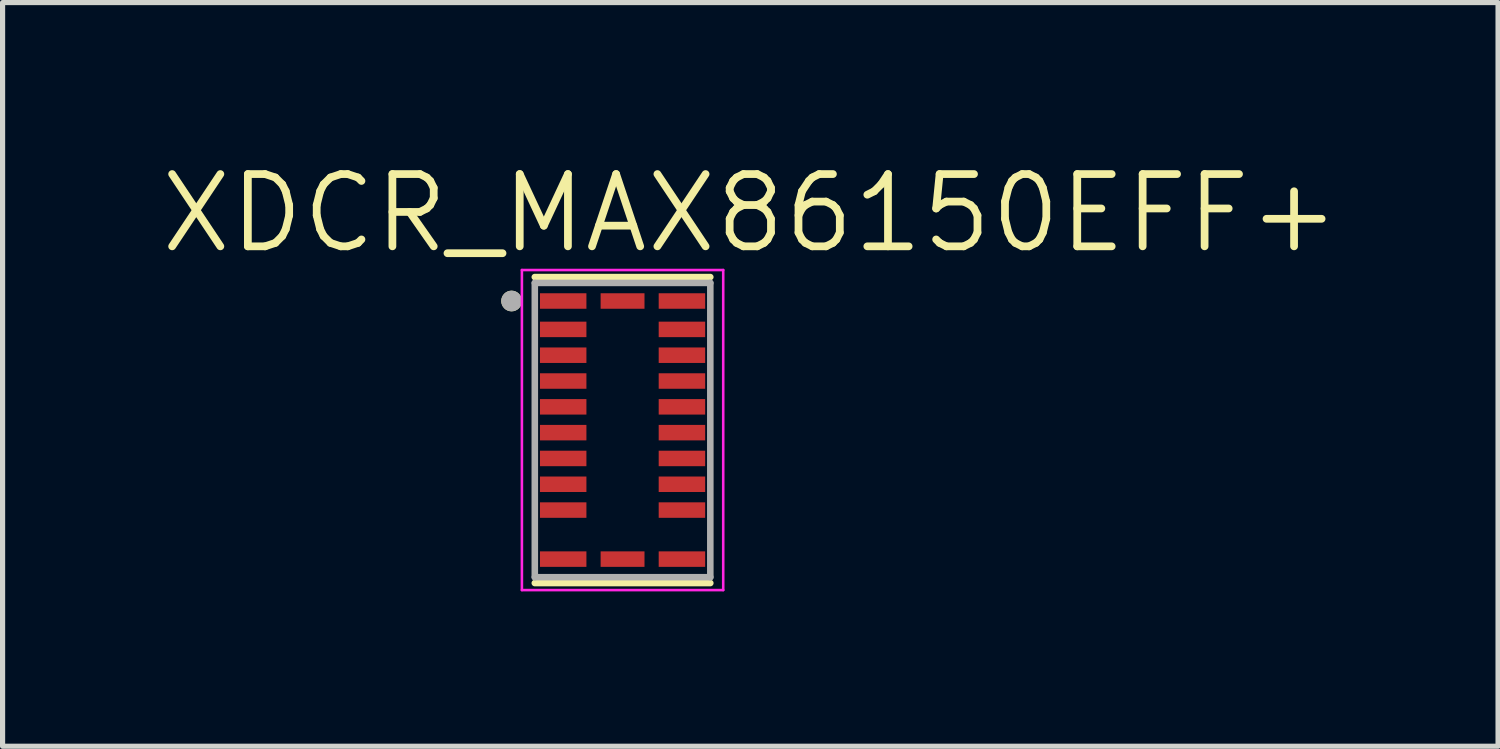
<source format=kicad_pcb>
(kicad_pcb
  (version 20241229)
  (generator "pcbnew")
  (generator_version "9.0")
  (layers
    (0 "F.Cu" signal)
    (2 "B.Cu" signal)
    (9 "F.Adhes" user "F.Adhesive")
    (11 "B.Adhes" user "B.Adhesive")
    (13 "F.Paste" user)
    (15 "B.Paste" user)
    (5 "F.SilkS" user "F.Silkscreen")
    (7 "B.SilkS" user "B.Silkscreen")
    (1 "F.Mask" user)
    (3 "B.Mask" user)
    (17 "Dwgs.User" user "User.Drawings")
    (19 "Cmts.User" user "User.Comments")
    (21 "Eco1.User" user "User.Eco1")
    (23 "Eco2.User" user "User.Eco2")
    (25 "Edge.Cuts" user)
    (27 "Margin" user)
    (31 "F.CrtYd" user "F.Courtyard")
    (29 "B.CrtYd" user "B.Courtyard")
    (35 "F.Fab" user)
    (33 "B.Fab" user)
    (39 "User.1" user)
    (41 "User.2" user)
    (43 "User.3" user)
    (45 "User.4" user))
  (footprint "XDCR_MAX86150EFF+"
    (layer "F.Cu")
    (at 9.01 5.281)
    (property "Reference" "XDCR_MAX86150EFF+" (at 2.475 -4.199 0) (layer "F.SilkS") (effects (font (size 1.4 1.4) (thickness 0.15))))
    (attr through_hole)
    (fp_line (start -1.7 -2.964) (end 1.7 -2.964) (stroke (width 0.127) (type solid)) (layer "F.SilkS"))
    (fp_line (start 1.7 2.964) (end -1.7 2.964) (stroke (width 0.127) (type solid)) (layer "F.SilkS"))
    (fp_circle (center -2.15 -2.5) (end -2.05 -2.5) (stroke (width 0.2) (type solid)) (fill no) (layer "F.SilkS"))
    (fp_line (start -1.95 -3.1) (end -1.95 3.1) (stroke (width 0.05) (type solid)) (layer "F.CrtYd"))
    (fp_line (start -1.95 -3.1) (end 1.95 -3.1) (stroke (width 0.05) (type solid)) (layer "F.CrtYd"))
    (fp_line (start 1.95 3.1) (end -1.95 3.1) (stroke (width 0.05) (type solid)) (layer "F.CrtYd"))
    (fp_line (start 1.95 3.1) (end 1.95 -3.1) (stroke (width 0.05) (type solid)) (layer "F.CrtYd"))
    (fp_line (start -1.7 -2.85) (end -1.7 2.85) (stroke (width 0.127) (type solid)) (layer "F.Fab"))
    (fp_line (start -1.7 -2.85) (end 1.7 -2.85) (stroke (width 0.127) (type solid)) (layer "F.Fab"))
    (fp_line (start 1.7 2.85) (end -1.7 2.85) (stroke (width 0.127) (type solid)) (layer "F.Fab"))
    (fp_line (start 1.7 2.85) (end 1.7 -2.85) (stroke (width 0.127) (type solid)) (layer "F.Fab"))
    (fp_circle (center -2.15 -2.5) (end -2.05 -2.5) (stroke (width 0.2) (type solid)) (fill no) (layer "F.Fab"))
    (pad "1" smd rect (at -1.15 -2.5) (size 0.9 0.3) (layers "F.Cu" "F.Mask" "F.Paste"))
    (pad "2" smd rect (at -1.15 -1.95) (size 0.9 0.3) (layers "F.Cu" "F.Mask" "F.Paste"))
    (pad "3" smd rect (at -1.15 -1.45) (size 0.9 0.3) (layers "F.Cu" "F.Mask" "F.Paste"))
    (pad "4" smd rect (at -1.15 -0.95) (size 0.9 0.3) (layers "F.Cu" "F.Mask" "F.Paste"))
    (pad "5" smd rect (at -1.15 -0.45) (size 0.9 0.3) (layers "F.Cu" "F.Mask" "F.Paste"))
    (pad "6" smd rect (at -1.15 0.05) (size 0.9 0.3) (layers "F.Cu" "F.Mask" "F.Paste"))
    (pad "7" smd rect (at -1.15 0.55) (size 0.9 0.3) (layers "F.Cu" "F.Mask" "F.Paste"))
    (pad "8" smd rect (at -1.15 1.05) (size 0.9 0.3) (layers "F.Cu" "F.Mask" "F.Paste"))
    (pad "9" smd rect (at -1.15 1.55) (size 0.9 0.3) (layers "F.Cu" "F.Mask" "F.Paste"))
    (pad "10" smd rect (at -1.15 2.5) (size 0.9 0.3) (layers "F.Cu" "F.Mask" "F.Paste"))
    (pad "11" smd rect (at 0 2.5) (size 0.85 0.3) (layers "F.Cu" "F.Mask" "F.Paste"))
    (pad "12" smd rect (at 1.15 2.5) (size 0.9 0.3) (layers "F.Cu" "F.Mask" "F.Paste"))
    (pad "13" smd rect (at 1.15 1.55) (size 0.9 0.3) (layers "F.Cu" "F.Mask" "F.Paste"))
    (pad "14" smd rect (at 1.15 1.05) (size 0.9 0.3) (layers "F.Cu" "F.Mask" "F.Paste"))
    (pad "15" smd rect (at 1.15 0.55) (size 0.9 0.3) (layers "F.Cu" "F.Mask" "F.Paste"))
    (pad "16" smd rect (at 1.15 0.05) (size 0.9 0.3) (layers "F.Cu" "F.Mask" "F.Paste"))
    (pad "17" smd rect (at 1.15 -0.45) (size 0.9 0.3) (layers "F.Cu" "F.Mask" "F.Paste"))
    (pad "18" smd rect (at 1.15 -0.95) (size 0.9 0.3) (layers "F.Cu" "F.Mask" "F.Paste"))
    (pad "19" smd rect (at 1.15 -1.45) (size 0.9 0.3) (layers "F.Cu" "F.Mask" "F.Paste"))
    (pad "20" smd rect (at 1.15 -1.95) (size 0.9 0.3) (layers "F.Cu" "F.Mask" "F.Paste"))
    (pad "21" smd rect (at 1.15 -2.5) (size 0.9 0.3) (layers "F.Cu" "F.Mask" "F.Paste"))
    (pad "22" smd rect (at 0 -2.5) (size 0.85 0.3) (layers "F.Cu" "F.Mask" "F.Paste")))
  (gr_rect
    (start -3 -3)
    (end 25.97 11.406)
    (stroke (width 0.1) (type default))
    (fill no)
    (layer "Edge.Cuts")))
</source>
